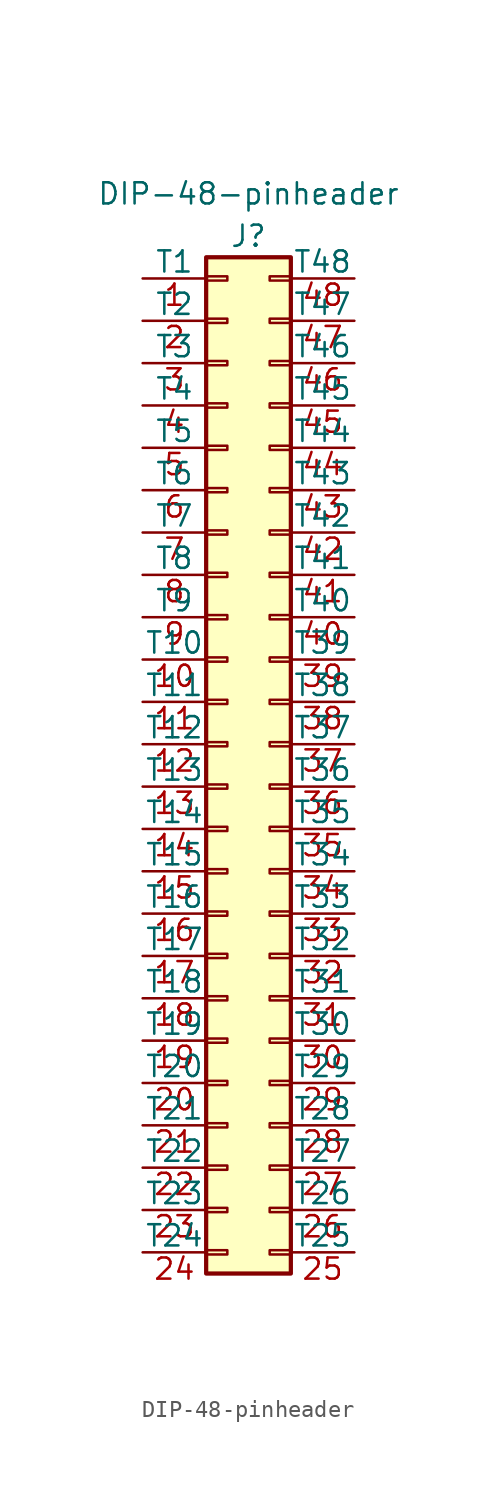
<source format=kicad_sym>
(kicad_symbol_lib
  (version 20211014)
  (generator kicad_symbol_editor)
  (symbol "DIP-48-pinheader"
    (pin_names
      (offset 0))
    (property "Reference" "J"
      (at 1.27 30.48 0)
      (effects (font (size 1.27 1.27))))
    (property "Value" "DIP-48-pinheader"
      (at 1.27 33.02 0)
      (effects (font (size 1.27 1.27))))
    (symbol "DIP-48-pinheader_1_1"
      (rectangle (start -1.27 -30.353) (end 0 -30.607) (stroke (width 0.152) (type default) (color 0 0 0 0)) (fill (type none)))
      (rectangle (start -1.27 -27.813) (end 0 -28.067) (stroke (width 0.152) (type default) (color 0 0 0 0)) (fill (type none)))
      (rectangle (start -1.27 -25.273) (end 0 -25.527) (stroke (width 0.152) (type default) (color 0 0 0 0)) (fill (type none)))
      (rectangle (start -1.27 -22.733) (end 0 -22.987) (stroke (width 0.152) (type default) (color 0 0 0 0)) (fill (type none)))
      (rectangle (start -1.27 -20.193) (end 0 -20.447) (stroke (width 0.152) (type default) (color 0 0 0 0)) (fill (type none)))
      (rectangle (start -1.27 -17.653) (end 0 -17.907) (stroke (width 0.152) (type default) (color 0 0 0 0)) (fill (type none)))
      (rectangle (start -1.27 -15.113) (end 0 -15.367) (stroke (width 0.152) (type default) (color 0 0 0 0)) (fill (type none)))
      (rectangle (start -1.27 -12.573) (end 0 -12.827) (stroke (width 0.152) (type default) (color 0 0 0 0)) (fill (type none)))
      (rectangle (start -1.27 -10.033) (end 0 -10.287) (stroke (width 0.152) (type default) (color 0 0 0 0)) (fill (type none)))
      (rectangle (start -1.27 -7.493) (end 0 -7.747) (stroke (width 0.152) (type default) (color 0 0 0 0)) (fill (type none)))
      (rectangle (start -1.27 -4.953) (end 0 -5.207) (stroke (width 0.152) (type default) (color 0 0 0 0)) (fill (type none)))
      (rectangle (start -1.27 -2.413) (end 0 -2.667) (stroke (width 0.152) (type default) (color 0 0 0 0)) (fill (type none)))
      (rectangle (start -1.27 0.127) (end 0 -0.127) (stroke (width 0.152) (type default) (color 0 0 0 0)) (fill (type none)))
      (rectangle (start -1.27 2.667) (end 0 2.413) (stroke (width 0.152) (type default) (color 0 0 0 0)) (fill (type none)))
      (rectangle (start -1.27 5.207) (end 0 4.953) (stroke (width 0.152) (type default) (color 0 0 0 0)) (fill (type none)))
      (rectangle (start -1.27 7.747) (end 0 7.493) (stroke (width 0.152) (type default) (color 0 0 0 0)) (fill (type none)))
      (rectangle (start -1.27 10.287) (end 0 10.033) (stroke (width 0.152) (type default) (color 0 0 0 0)) (fill (type none)))
      (rectangle (start -1.27 12.827) (end 0 12.573) (stroke (width 0.152) (type default) (color 0 0 0 0)) (fill (type none)))
      (rectangle (start -1.27 15.367) (end 0 15.113) (stroke (width 0.152) (type default) (color 0 0 0 0)) (fill (type none)))
      (rectangle (start -1.27 17.907) (end 0 17.653) (stroke (width 0.152) (type default) (color 0 0 0 0)) (fill (type none)))
      (rectangle (start -1.27 20.447) (end 0 20.193) (stroke (width 0.152) (type default) (color 0 0 0 0)) (fill (type none)))
      (rectangle (start -1.27 22.987) (end 0 22.733) (stroke (width 0.152) (type default) (color 0 0 0 0)) (fill (type none)))
      (rectangle (start -1.27 25.527) (end 0 25.273) (stroke (width 0.152) (type default) (color 0 0 0 0)) (fill (type none)))
      (rectangle (start -1.27 28.067) (end 0 27.813) (stroke (width 0.152) (type default) (color 0 0 0 0)) (fill (type none)))
      (rectangle (start -1.27 29.21) (end 3.81 -31.75) (stroke (width 0.254) (type default) (color 0 0 0 0)) (fill (type background)))
      (rectangle (start 3.81 -30.353) (end 2.54 -30.607) (stroke (width 0.152) (type default) (color 0 0 0 0)) (fill (type none)))
      (rectangle (start 3.81 -27.813) (end 2.54 -28.067) (stroke (width 0.152) (type default) (color 0 0 0 0)) (fill (type none)))
      (rectangle (start 3.81 -25.273) (end 2.54 -25.527) (stroke (width 0.152) (type default) (color 0 0 0 0)) (fill (type none)))
      (rectangle (start 3.81 -22.733) (end 2.54 -22.987) (stroke (width 0.152) (type default) (color 0 0 0 0)) (fill (type none)))
      (rectangle (start 3.81 -20.193) (end 2.54 -20.447) (stroke (width 0.152) (type default) (color 0 0 0 0)) (fill (type none)))
      (rectangle (start 3.81 -17.653) (end 2.54 -17.907) (stroke (width 0.152) (type default) (color 0 0 0 0)) (fill (type none)))
      (rectangle (start 3.81 -15.113) (end 2.54 -15.367) (stroke (width 0.152) (type default) (color 0 0 0 0)) (fill (type none)))
      (rectangle (start 3.81 -12.573) (end 2.54 -12.827) (stroke (width 0.152) (type default) (color 0 0 0 0)) (fill (type none)))
      (rectangle (start 3.81 -10.033) (end 2.54 -10.287) (stroke (width 0.152) (type default) (color 0 0 0 0)) (fill (type none)))
      (rectangle (start 3.81 -7.493) (end 2.54 -7.747) (stroke (width 0.152) (type default) (color 0 0 0 0)) (fill (type none)))
      (rectangle (start 3.81 -4.953) (end 2.54 -5.207) (stroke (width 0.152) (type default) (color 0 0 0 0)) (fill (type none)))
      (rectangle (start 3.81 -2.413) (end 2.54 -2.667) (stroke (width 0.152) (type default) (color 0 0 0 0)) (fill (type none)))
      (rectangle (start 3.81 0.127) (end 2.54 -0.127) (stroke (width 0.152) (type default) (color 0 0 0 0)) (fill (type none)))
      (rectangle (start 3.81 2.667) (end 2.54 2.413) (stroke (width 0.152) (type default) (color 0 0 0 0)) (fill (type none)))
      (rectangle (start 3.81 5.207) (end 2.54 4.953) (stroke (width 0.152) (type default) (color 0 0 0 0)) (fill (type none)))
      (rectangle (start 3.81 7.747) (end 2.54 7.493) (stroke (width 0.152) (type default) (color 0 0 0 0)) (fill (type none)))
      (rectangle (start 3.81 10.287) (end 2.54 10.033) (stroke (width 0.152) (type default) (color 0 0 0 0)) (fill (type none)))
      (rectangle (start 3.81 12.827) (end 2.54 12.573) (stroke (width 0.152) (type default) (color 0 0 0 0)) (fill (type none)))
      (rectangle (start 3.81 15.367) (end 2.54 15.113) (stroke (width 0.152) (type default) (color 0 0 0 0)) (fill (type none)))
      (rectangle (start 3.81 17.907) (end 2.54 17.653) (stroke (width 0.152) (type default) (color 0 0 0 0)) (fill (type none)))
      (rectangle (start 3.81 20.447) (end 2.54 20.193) (stroke (width 0.152) (type default) (color 0 0 0 0)) (fill (type none)))
      (rectangle (start 3.81 22.987) (end 2.54 22.733) (stroke (width 0.152) (type default) (color 0 0 0 0)) (fill (type none)))
      (rectangle (start 3.81 25.527) (end 2.54 25.273) (stroke (width 0.152) (type default) (color 0 0 0 0)) (fill (type none)))
      (rectangle (start 3.81 28.067) (end 2.54 27.813) (stroke (width 0.152) (type default) (color 0 0 0 0)) (fill (type none)))
      (pin bidirectional line (at -5.08 27.94 0) (length 3.81) (name "T1" (effects (font (size 1.27 1.27)))) (number "1" (effects (font (size 1.27 1.27)))))
      (pin bidirectional line (at -5.08 5.08 0) (length 3.81) (name "T10" (effects (font (size 1.27 1.27)))) (number "10" (effects (font (size 1.27 1.27)))))
      (pin bidirectional line (at -5.08 2.54 0) (length 3.81) (name "T11" (effects (font (size 1.27 1.27)))) (number "11" (effects (font (size 1.27 1.27)))))
      (pin bidirectional line (at -5.08 0 0) (length 3.81) (name "T12" (effects (font (size 1.27 1.27)))) (number "12" (effects (font (size 1.27 1.27)))))
      (pin bidirectional line (at -5.08 -2.54 0) (length 3.81) (name "T13" (effects (font (size 1.27 1.27)))) (number "13" (effects (font (size 1.27 1.27)))))
      (pin bidirectional line (at -5.08 -5.08 0) (length 3.81) (name "T14" (effects (font (size 1.27 1.27)))) (number "14" (effects (font (size 1.27 1.27)))))
      (pin bidirectional line (at -5.08 -7.62 0) (length 3.81) (name "T15" (effects (font (size 1.27 1.27)))) (number "15" (effects (font (size 1.27 1.27)))))
      (pin bidirectional line (at -5.08 -10.16 0) (length 3.81) (name "T16" (effects (font (size 1.27 1.27)))) (number "16" (effects (font (size 1.27 1.27)))))
      (pin bidirectional line (at -5.08 -12.7 0) (length 3.81) (name "T17" (effects (font (size 1.27 1.27)))) (number "17" (effects (font (size 1.27 1.27)))))
      (pin bidirectional line (at -5.08 -15.24 0) (length 3.81) (name "T18" (effects (font (size 1.27 1.27)))) (number "18" (effects (font (size 1.27 1.27)))))
      (pin bidirectional line (at -5.08 -17.78 0) (length 3.81) (name "T19" (effects (font (size 1.27 1.27)))) (number "19" (effects (font (size 1.27 1.27)))))
      (pin bidirectional line (at -5.08 25.4 0) (length 3.81) (name "T2" (effects (font (size 1.27 1.27)))) (number "2" (effects (font (size 1.27 1.27)))))
      (pin bidirectional line (at -5.08 -20.32 0) (length 3.81) (name "T20" (effects (font (size 1.27 1.27)))) (number "20" (effects (font (size 1.27 1.27)))))
      (pin bidirectional line (at -5.08 -22.86 0) (length 3.81) (name "T21" (effects (font (size 1.27 1.27)))) (number "21" (effects (font (size 1.27 1.27)))))
      (pin bidirectional line (at -5.08 -25.4 0) (length 3.81) (name "T22" (effects (font (size 1.27 1.27)))) (number "22" (effects (font (size 1.27 1.27)))))
      (pin bidirectional line (at -5.08 -27.94 0) (length 3.81) (name "T23" (effects (font (size 1.27 1.27)))) (number "23" (effects (font (size 1.27 1.27)))))
      (pin bidirectional line (at -5.08 -30.48 0) (length 3.81) (name "T24" (effects (font (size 1.27 1.27)))) (number "24" (effects (font (size 1.27 1.27)))))
      (pin bidirectional line (at 7.62 -30.48 180) (length 3.81) (name "T25" (effects (font (size 1.27 1.27)))) (number "25" (effects (font (size 1.27 1.27)))))
      (pin bidirectional line (at 7.62 -27.94 180) (length 3.81) (name "T26" (effects (font (size 1.27 1.27)))) (number "26" (effects (font (size 1.27 1.27)))))
      (pin bidirectional line (at 7.62 -25.4 180) (length 3.81) (name "T27" (effects (font (size 1.27 1.27)))) (number "27" (effects (font (size 1.27 1.27)))))
      (pin bidirectional line (at 7.62 -22.86 180) (length 3.81) (name "T28" (effects (font (size 1.27 1.27)))) (number "28" (effects (font (size 1.27 1.27)))))
      (pin bidirectional line (at 7.62 -20.32 180) (length 3.81) (name "T29" (effects (font (size 1.27 1.27)))) (number "29" (effects (font (size 1.27 1.27)))))
      (pin bidirectional line (at -5.08 22.86 0) (length 3.81) (name "T3" (effects (font (size 1.27 1.27)))) (number "3" (effects (font (size 1.27 1.27)))))
      (pin bidirectional line (at 7.62 -17.78 180) (length 3.81) (name "T30" (effects (font (size 1.27 1.27)))) (number "30" (effects (font (size 1.27 1.27)))))
      (pin bidirectional line (at 7.62 -15.24 180) (length 3.81) (name "T31" (effects (font (size 1.27 1.27)))) (number "31" (effects (font (size 1.27 1.27)))))
      (pin bidirectional line (at 7.62 -12.7 180) (length 3.81) (name "T32" (effects (font (size 1.27 1.27)))) (number "32" (effects (font (size 1.27 1.27)))))
      (pin bidirectional line (at 7.62 -10.16 180) (length 3.81) (name "T33" (effects (font (size 1.27 1.27)))) (number "33" (effects (font (size 1.27 1.27)))))
      (pin bidirectional line (at 7.62 -7.62 180) (length 3.81) (name "T34" (effects (font (size 1.27 1.27)))) (number "34" (effects (font (size 1.27 1.27)))))
      (pin bidirectional line (at 7.62 -5.08 180) (length 3.81) (name "T35" (effects (font (size 1.27 1.27)))) (number "35" (effects (font (size 1.27 1.27)))))
      (pin bidirectional line (at 7.62 -2.54 180) (length 3.81) (name "T36" (effects (font (size 1.27 1.27)))) (number "36" (effects (font (size 1.27 1.27)))))
      (pin bidirectional line (at 7.62 0 180) (length 3.81) (name "T37" (effects (font (size 1.27 1.27)))) (number "37" (effects (font (size 1.27 1.27)))))
      (pin bidirectional line (at 7.62 2.54 180) (length 3.81) (name "T38" (effects (font (size 1.27 1.27)))) (number "38" (effects (font (size 1.27 1.27)))))
      (pin bidirectional line (at 7.62 5.08 180) (length 3.81) (name "T39" (effects (font (size 1.27 1.27)))) (number "39" (effects (font (size 1.27 1.27)))))
      (pin bidirectional line (at -5.08 20.32 0) (length 3.81) (name "T4" (effects (font (size 1.27 1.27)))) (number "4" (effects (font (size 1.27 1.27)))))
      (pin bidirectional line (at 7.62 7.62 180) (length 3.81) (name "T40" (effects (font (size 1.27 1.27)))) (number "40" (effects (font (size 1.27 1.27)))))
      (pin bidirectional line (at 7.62 10.16 180) (length 3.81) (name "T41" (effects (font (size 1.27 1.27)))) (number "41" (effects (font (size 1.27 1.27)))))
      (pin bidirectional line (at 7.62 12.7 180) (length 3.81) (name "T42" (effects (font (size 1.27 1.27)))) (number "42" (effects (font (size 1.27 1.27)))))
      (pin bidirectional line (at 7.62 15.24 180) (length 3.81) (name "T43" (effects (font (size 1.27 1.27)))) (number "43" (effects (font (size 1.27 1.27)))))
      (pin bidirectional line (at 7.62 17.78 180) (length 3.81) (name "T44" (effects (font (size 1.27 1.27)))) (number "44" (effects (font (size 1.27 1.27)))))
      (pin bidirectional line (at 7.62 20.32 180) (length 3.81) (name "T45" (effects (font (size 1.27 1.27)))) (number "45" (effects (font (size 1.27 1.27)))))
      (pin bidirectional line (at 7.62 22.86 180) (length 3.81) (name "T46" (effects (font (size 1.27 1.27)))) (number "46" (effects (font (size 1.27 1.27)))))
      (pin bidirectional line (at 7.62 25.4 180) (length 3.81) (name "T47" (effects (font (size 1.27 1.27)))) (number "47" (effects (font (size 1.27 1.27)))))
      (pin bidirectional line (at 7.62 27.94 180) (length 3.81) (name "T48" (effects (font (size 1.27 1.27)))) (number "48" (effects (font (size 1.27 1.27)))))
      (pin bidirectional line (at -5.08 17.78 0) (length 3.81) (name "T5" (effects (font (size 1.27 1.27)))) (number "5" (effects (font (size 1.27 1.27)))))
      (pin bidirectional line (at -5.08 15.24 0) (length 3.81) (name "T6" (effects (font (size 1.27 1.27)))) (number "6" (effects (font (size 1.27 1.27)))))
      (pin bidirectional line (at -5.08 12.7 0) (length 3.81) (name "T7" (effects (font (size 1.27 1.27)))) (number "7" (effects (font (size 1.27 1.27)))))
      (pin bidirectional line (at -5.08 10.16 0) (length 3.81) (name "T8" (effects (font (size 1.27 1.27)))) (number "8" (effects (font (size 1.27 1.27)))))
      (pin bidirectional line (at -5.08 7.62 0) (length 3.81) (name "T9" (effects (font (size 1.27 1.27)))) (number "9" (effects (font (size 1.27 1.27))))))))
</source>
